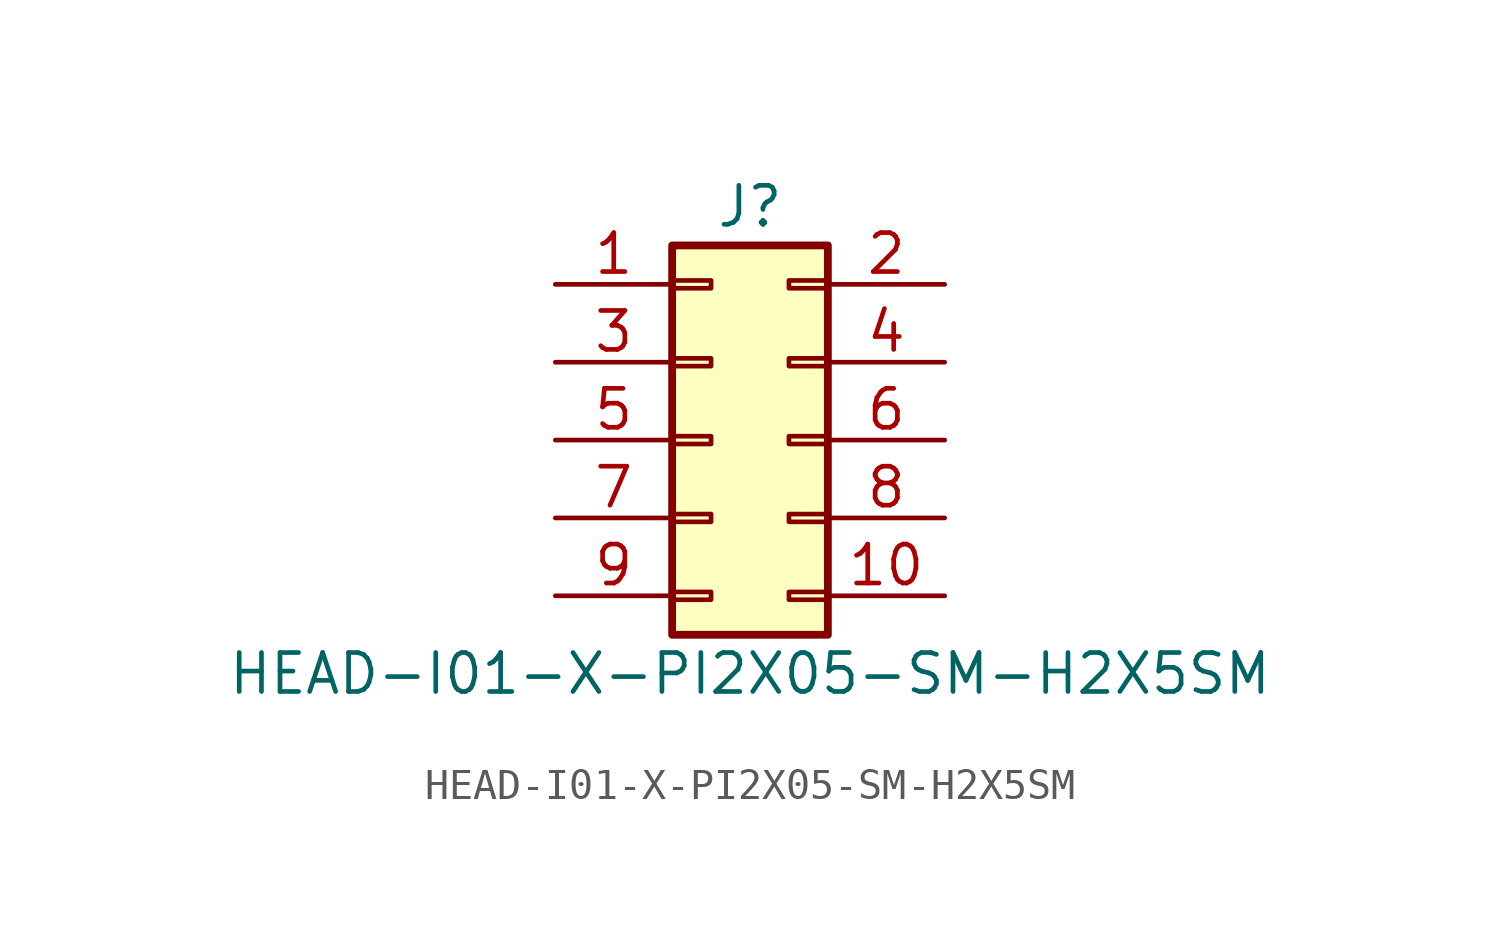
<source format=kicad_sym>
(kicad_symbol_lib
  (version 20211014)
  (generator kicad_symbol_editor)
  (symbol "HEAD-I01-X-PI2X05-SM-H2X5SM"
    (pin_names
      (offset 1.016) hide)
    (property "Reference" "J"
      (at 1.27 7.62 0)
      (effects (font (size 1.27 1.27))))
    (property "Value" "HEAD-I01-X-PI2X05-SM-H2X5SM"
      (at 1.27 -7.62 0)
      (effects (font (size 1.27 1.27))))
    (symbol "HEAD-I01-X-PI2X05-SM-H2X5SM_1_1"
      (rectangle (start -1.27 -4.953) (end 0 -5.207) (stroke (width 0.152) (type default) (color 0 0 0 0)) (fill (type none)))
      (rectangle (start -1.27 -2.413) (end 0 -2.667) (stroke (width 0.152) (type default) (color 0 0 0 0)) (fill (type none)))
      (rectangle (start -1.27 0.127) (end 0 -0.127) (stroke (width 0.152) (type default) (color 0 0 0 0)) (fill (type none)))
      (rectangle (start -1.27 2.667) (end 0 2.413) (stroke (width 0.152) (type default) (color 0 0 0 0)) (fill (type none)))
      (rectangle (start -1.27 5.207) (end 0 4.953) (stroke (width 0.152) (type default) (color 0 0 0 0)) (fill (type none)))
      (rectangle (start -1.27 6.35) (end 3.81 -6.35) (stroke (width 0.254) (type default) (color 0 0 0 0)) (fill (type background)))
      (rectangle (start 3.81 -4.953) (end 2.54 -5.207) (stroke (width 0.152) (type default) (color 0 0 0 0)) (fill (type none)))
      (rectangle (start 3.81 -2.413) (end 2.54 -2.667) (stroke (width 0.152) (type default) (color 0 0 0 0)) (fill (type none)))
      (rectangle (start 3.81 0.127) (end 2.54 -0.127) (stroke (width 0.152) (type default) (color 0 0 0 0)) (fill (type none)))
      (rectangle (start 3.81 2.667) (end 2.54 2.413) (stroke (width 0.152) (type default) (color 0 0 0 0)) (fill (type none)))
      (rectangle (start 3.81 5.207) (end 2.54 4.953) (stroke (width 0.152) (type default) (color 0 0 0 0)) (fill (type none)))
      (pin passive line (at -5.08 5.08 0) (length 3.81) (name "Pin_1" (effects (font (size 1.27 1.27)))) (number "1" (effects (font (size 1.27 1.27)))))
      (pin passive line (at 7.62 -5.08 180) (length 3.81) (name "Pin_10" (effects (font (size 1.27 1.27)))) (number "10" (effects (font (size 1.27 1.27)))))
      (pin passive line (at 7.62 5.08 180) (length 3.81) (name "Pin_2" (effects (font (size 1.27 1.27)))) (number "2" (effects (font (size 1.27 1.27)))))
      (pin passive line (at -5.08 2.54 0) (length 3.81) (name "Pin_3" (effects (font (size 1.27 1.27)))) (number "3" (effects (font (size 1.27 1.27)))))
      (pin passive line (at 7.62 2.54 180) (length 3.81) (name "Pin_4" (effects (font (size 1.27 1.27)))) (number "4" (effects (font (size 1.27 1.27)))))
      (pin passive line (at -5.08 0 0) (length 3.81) (name "Pin_5" (effects (font (size 1.27 1.27)))) (number "5" (effects (font (size 1.27 1.27)))))
      (pin passive line (at 7.62 0 180) (length 3.81) (name "Pin_6" (effects (font (size 1.27 1.27)))) (number "6" (effects (font (size 1.27 1.27)))))
      (pin passive line (at -5.08 -2.54 0) (length 3.81) (name "Pin_7" (effects (font (size 1.27 1.27)))) (number "7" (effects (font (size 1.27 1.27)))))
      (pin passive line (at 7.62 -2.54 180) (length 3.81) (name "Pin_8" (effects (font (size 1.27 1.27)))) (number "8" (effects (font (size 1.27 1.27)))))
      (pin passive line (at -5.08 -5.08 0) (length 3.81) (name "Pin_9" (effects (font (size 1.27 1.27)))) (number "9" (effects (font (size 1.27 1.27))))))))
</source>
